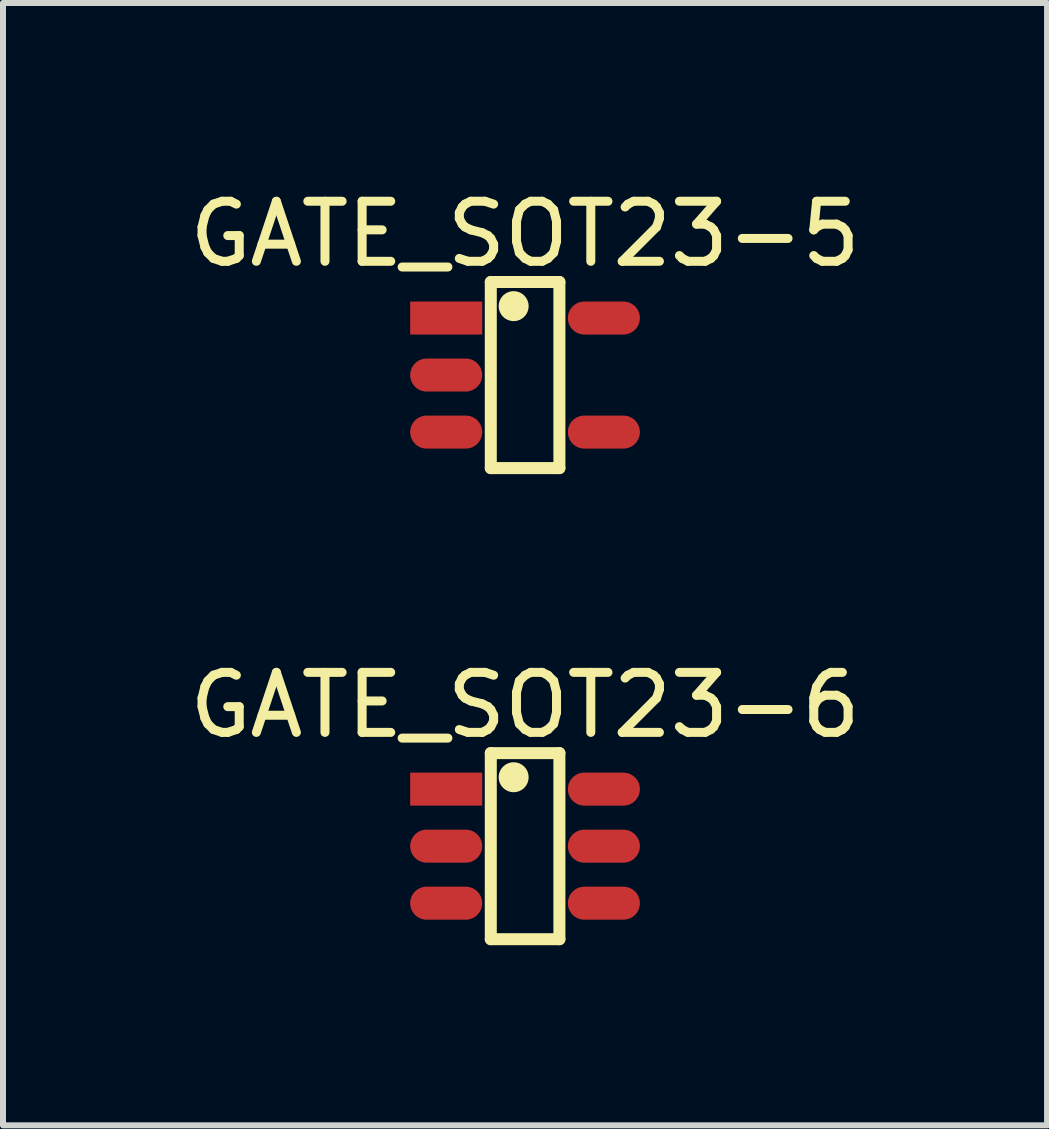
<source format=kicad_pcb>
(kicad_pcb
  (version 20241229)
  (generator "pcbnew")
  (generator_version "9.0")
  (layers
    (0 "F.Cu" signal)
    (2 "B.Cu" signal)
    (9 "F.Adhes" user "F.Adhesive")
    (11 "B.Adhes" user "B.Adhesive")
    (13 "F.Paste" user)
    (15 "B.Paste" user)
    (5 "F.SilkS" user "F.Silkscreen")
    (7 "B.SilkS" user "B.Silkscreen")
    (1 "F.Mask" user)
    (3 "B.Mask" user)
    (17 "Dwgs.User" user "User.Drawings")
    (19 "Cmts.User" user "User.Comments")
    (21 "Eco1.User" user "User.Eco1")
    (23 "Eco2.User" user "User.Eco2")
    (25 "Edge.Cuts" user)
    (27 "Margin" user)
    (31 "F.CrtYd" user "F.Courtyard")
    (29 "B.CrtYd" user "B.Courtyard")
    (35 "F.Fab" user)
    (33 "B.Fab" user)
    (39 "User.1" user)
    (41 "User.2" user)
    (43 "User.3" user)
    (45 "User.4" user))
  (footprint "GATE_SOT23-5"
    (layer "F.Cu")
    (at 5.71 3.198)
    (property "Reference" "GATE_SOT23-5" (at -0.013 -2.35 0) (layer "F.SilkS") (effects (font (size 1 1) (thickness 0.15))))
    (fp_line (start -0.584 -1.55) (end 0.559 -1.55) (stroke (width 0.2) (type solid)) (layer "F.SilkS"))
    (fp_line (start -0.584 1.55) (end -0.584 -1.55) (stroke (width 0.2) (type solid)) (layer "F.SilkS"))
    (fp_line (start -0.584 1.55) (end 0.559 1.55) (stroke (width 0.2) (type solid)) (layer "F.SilkS"))
    (fp_line (start 0.559 1.55) (end 0.559 -1.55) (stroke (width 0.2) (type solid)) (layer "F.SilkS"))
    (fp_circle (center -0.203 -1.148) (end -0.203 -1.273) (stroke (width 0.25) (type solid)) (fill no) (layer "F.SilkS"))
    (pad "1" smd rect (at -1.327 -0.95 90) (size 0.55 1.2) (layers "F.Cu" "F.Mask" "F.Paste"))
    (pad "2" smd oval (at -1.327 0 90) (size 0.55 1.2) (layers "F.Cu" "F.Mask" "F.Paste"))
    (pad "3" smd oval (at -1.327 0.95 90) (size 0.55 1.2) (layers "F.Cu" "F.Mask" "F.Paste"))
    (pad "4" smd oval (at 1.3 0.95 90) (size 0.55 1.2) (layers "F.Cu" "F.Mask" "F.Paste"))
    (pad "5" smd oval (at 1.3 -0.95 90) (size 0.55 1.2) (layers "F.Cu" "F.Mask" "F.Paste")))
  (footprint "GATE_SOT23-6"
    (layer "F.Cu")
    (at 5.71 11.046)
    (property "Reference" "GATE_SOT23-6" (at -0.013 -2.35 0) (layer "F.SilkS") (effects (font (size 1 1) (thickness 0.15))))
    (fp_line (start -0.584 -1.55) (end 0.559 -1.55) (stroke (width 0.2) (type solid)) (layer "F.SilkS"))
    (fp_line (start -0.584 1.55) (end -0.584 -1.55) (stroke (width 0.2) (type solid)) (layer "F.SilkS"))
    (fp_line (start -0.584 1.55) (end 0.559 1.55) (stroke (width 0.2) (type solid)) (layer "F.SilkS"))
    (fp_line (start 0.559 1.55) (end 0.559 -1.55) (stroke (width 0.2) (type solid)) (layer "F.SilkS"))
    (fp_circle (center -0.203 -1.148) (end -0.203 -1.273) (stroke (width 0.25) (type solid)) (fill no) (layer "F.SilkS"))
    (pad "1" smd rect (at -1.327 -0.95 90) (size 0.55 1.2) (layers "F.Cu" "F.Mask" "F.Paste"))
    (pad "2" smd oval (at -1.327 0 90) (size 0.55 1.2) (layers "F.Cu" "F.Mask" "F.Paste"))
    (pad "3" smd oval (at -1.327 0.95 90) (size 0.55 1.2) (layers "F.Cu" "F.Mask" "F.Paste"))
    (pad "4" smd oval (at 1.3 0.95 90) (size 0.55 1.2) (layers "F.Cu" "F.Mask" "F.Paste"))
    (pad "5" smd oval (at 1.3 0 90) (size 0.55 1.2) (layers "F.Cu" "F.Mask" "F.Paste"))
    (pad "6" smd oval (at 1.3 -0.95 90) (size 0.55 1.2) (layers "F.Cu" "F.Mask" "F.Paste")))
  (gr_rect
    (start -3 -3)
    (end 14.393 15.697)
    (stroke (width 0.1) (type default))
    (fill no)
    (layer "Edge.Cuts")))
</source>
